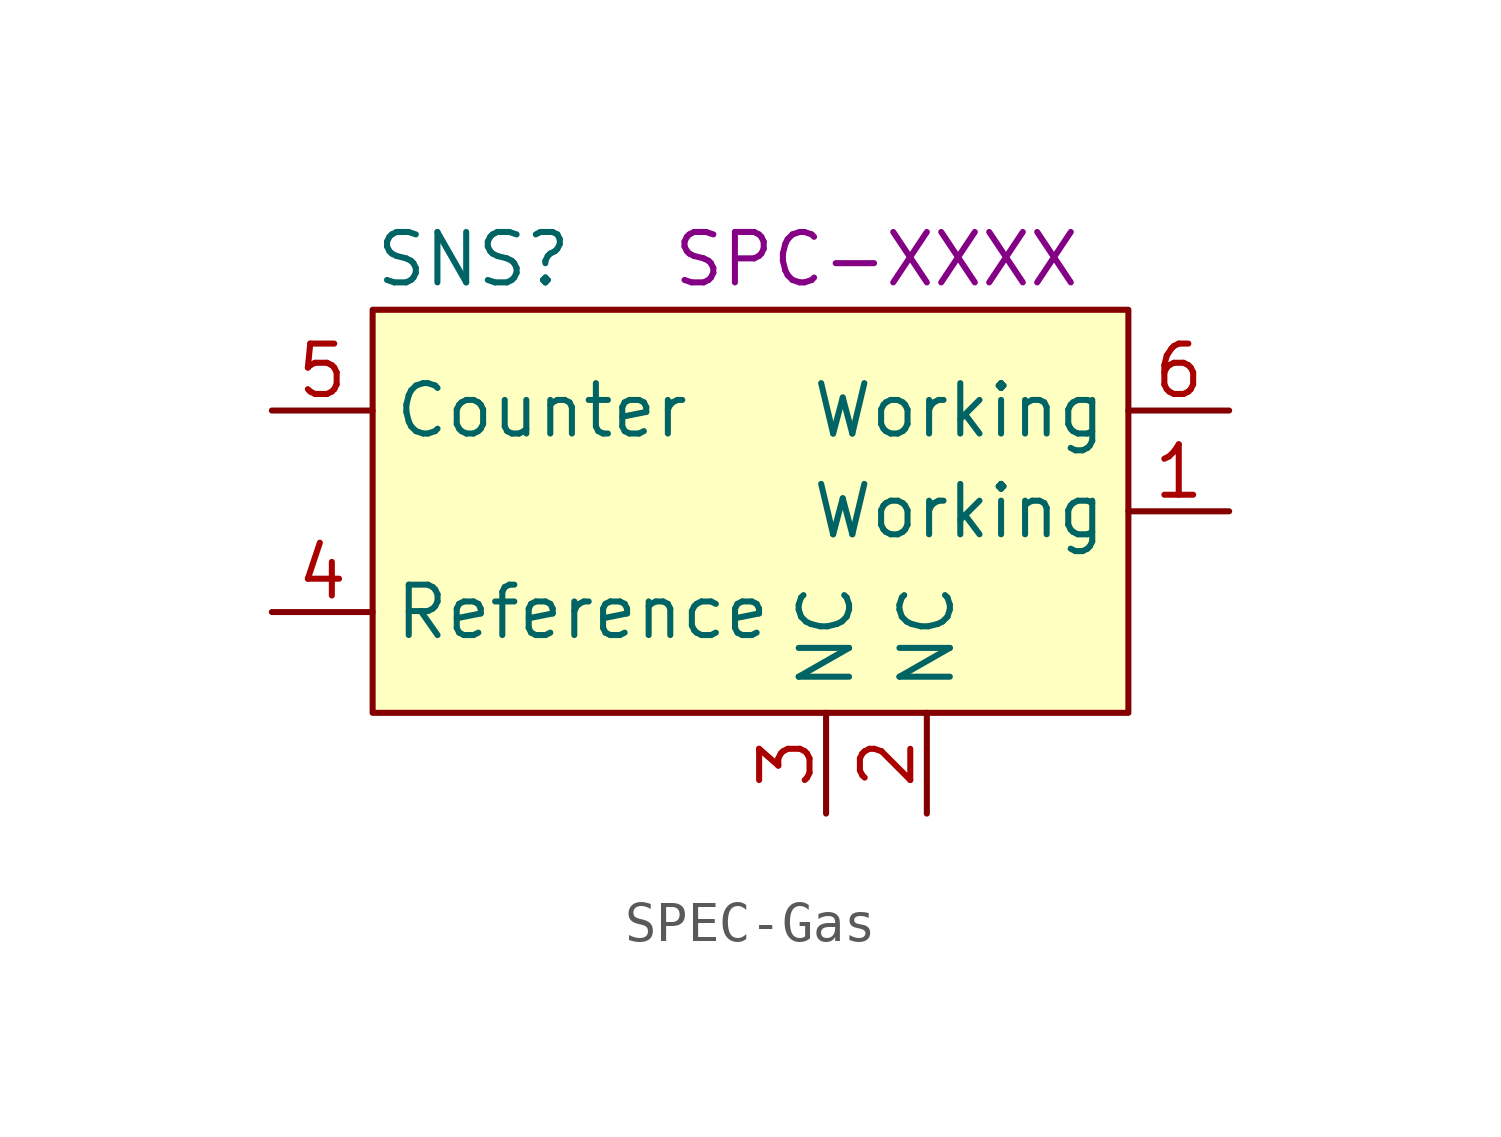
<source format=kicad_sym>
(kicad_symbol_lib
  (version 20231120)
  (generator "kicad_symbol_editor")
  (generator_version "8.0")
  (symbol "SPEC-Gas"
    (property "Reference" "SNS"
      (at -6.35 6.35 0)
      (effects (font (size 1.27 1.27))))
    (property "MPN" "SPC-XXXX"
      (at 3.81 6.35 0)
      (effects (font (size 1.27 1.27))))
    (symbol "SPEC-Gas_1_1"
      (rectangle (start -8.89 -5.08) (end 10.16 5.08) (stroke (width 0) (type default)) (fill (type background)))
      (pin passive line (at 12.7 0 180) (length 2.54) (name "Working" (effects (font (size 1.27 1.27)))) (number "1" (effects (font (size 1.27 1.27)))))
      (pin passive line (at 5.08 -7.62 90) (length 2.54) (name "NC" (effects (font (size 1.27 1.27)))) (number "2" (effects (font (size 1.27 1.27)))))
      (pin passive line (at 2.54 -7.62 90) (length 2.54) (name "NC" (effects (font (size 1.27 1.27)))) (number "3" (effects (font (size 1.27 1.27)))))
      (pin passive line (at -11.43 -2.54 0) (length 2.54) (name "Reference" (effects (font (size 1.27 1.27)))) (number "4" (effects (font (size 1.27 1.27)))))
      (pin passive line (at -11.43 2.54 0) (length 2.54) (name "Counter" (effects (font (size 1.27 1.27)))) (number "5" (effects (font (size 1.27 1.27)))))
      (pin passive line (at 12.7 2.54 180) (length 2.54) (name "Working" (effects (font (size 1.27 1.27)))) (number "6" (effects (font (size 1.27 1.27))))))))
</source>
